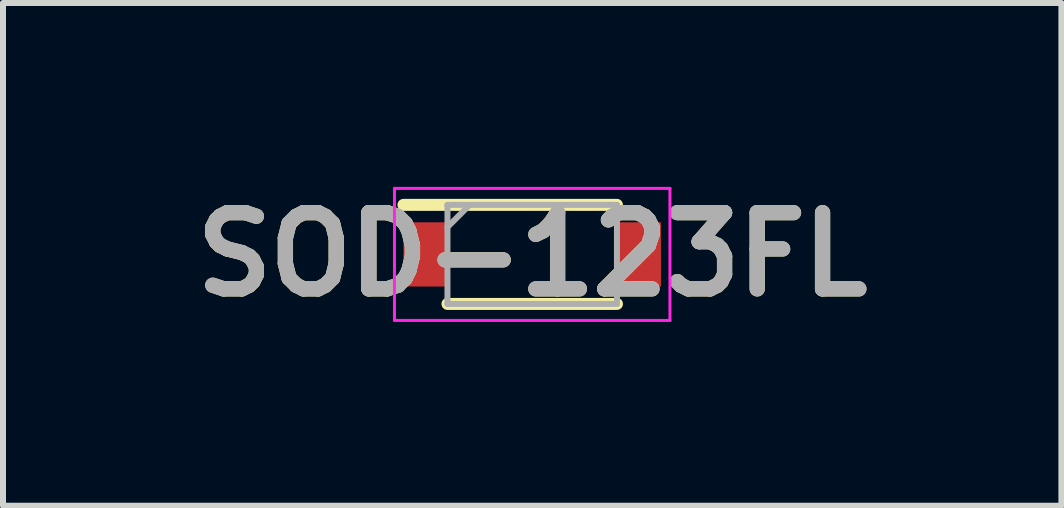
<source format=kicad_pcb>
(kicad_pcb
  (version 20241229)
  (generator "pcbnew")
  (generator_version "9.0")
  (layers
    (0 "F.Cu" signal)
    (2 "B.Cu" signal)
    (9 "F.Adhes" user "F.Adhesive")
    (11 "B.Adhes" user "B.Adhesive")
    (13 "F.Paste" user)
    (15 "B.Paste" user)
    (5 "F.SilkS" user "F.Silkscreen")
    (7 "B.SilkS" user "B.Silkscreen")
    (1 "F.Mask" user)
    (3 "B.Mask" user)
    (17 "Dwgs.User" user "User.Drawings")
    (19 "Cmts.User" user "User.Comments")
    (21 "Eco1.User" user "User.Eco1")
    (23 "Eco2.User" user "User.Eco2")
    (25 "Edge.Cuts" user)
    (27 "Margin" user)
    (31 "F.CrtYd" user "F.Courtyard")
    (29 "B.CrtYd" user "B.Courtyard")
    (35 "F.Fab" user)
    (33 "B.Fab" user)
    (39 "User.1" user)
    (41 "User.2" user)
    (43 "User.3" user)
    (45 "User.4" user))
  (footprint "SOD-123FL"
    (layer "F.Cu")
    (at 5.818 1.189)
    (property "Reference" "SOD-123FL" (at 0 0 0) (layer "F.SilkS") (effects (font (size 1.27 1.27) (thickness 0.254))))
    (attr smd)
    (fp_line (start -2.145 -0.825) (end 1.412 -0.825) (stroke (width 0.2) (type solid)) (layer "F.SilkS"))
    (fp_line (start -1.412 0.825) (end 1.412 0.825) (stroke (width 0.2) (type solid)) (layer "F.SilkS"))
    (fp_line (start -2.295 -1.1) (end 2.295 -1.1) (stroke (width 0.05) (type solid)) (layer "F.CrtYd"))
    (fp_line (start -2.295 1.1) (end -2.295 -1.1) (stroke (width 0.05) (type solid)) (layer "F.CrtYd"))
    (fp_line (start 2.295 -1.1) (end 2.295 1.1) (stroke (width 0.05) (type solid)) (layer "F.CrtYd"))
    (fp_line (start 2.295 1.1) (end -2.295 1.1) (stroke (width 0.05) (type solid)) (layer "F.CrtYd"))
    (fp_line (start -1.412 -0.825) (end 1.412 -0.825) (stroke (width 0.1) (type solid)) (layer "F.Fab"))
    (fp_line (start -1.412 -0.455) (end -1.042 -0.825) (stroke (width 0.1) (type solid)) (layer "F.Fab"))
    (fp_line (start -1.412 0.825) (end -1.412 -0.825) (stroke (width 0.1) (type solid)) (layer "F.Fab"))
    (fp_line (start 1.412 -0.825) (end 1.412 0.825) (stroke (width 0.1) (type solid)) (layer "F.Fab"))
    (fp_line (start 1.412 0.825) (end -1.412 0.825) (stroke (width 0.1) (type solid)) (layer "F.Fab"))
    (fp_text user "${REFERENCE}" (at 0 0 0) (layer "F.Fab") (effects (font (size 1.27 1.27) (thickness 0.254))))
    (pad "1" smd rect (at -1.775 0) (size 0.74 1.07) (layers "F.Cu" "F.Mask" "F.Paste"))
    (pad "2" smd rect (at 1.775 0) (size 0.74 1.07) (layers "F.Cu" "F.Mask" "F.Paste")))
  (gr_rect
    (start -3 -3)
    (end 14.636 5.377)
    (stroke (width 0.1) (type default))
    (fill no)
    (layer "Edge.Cuts")))
</source>
